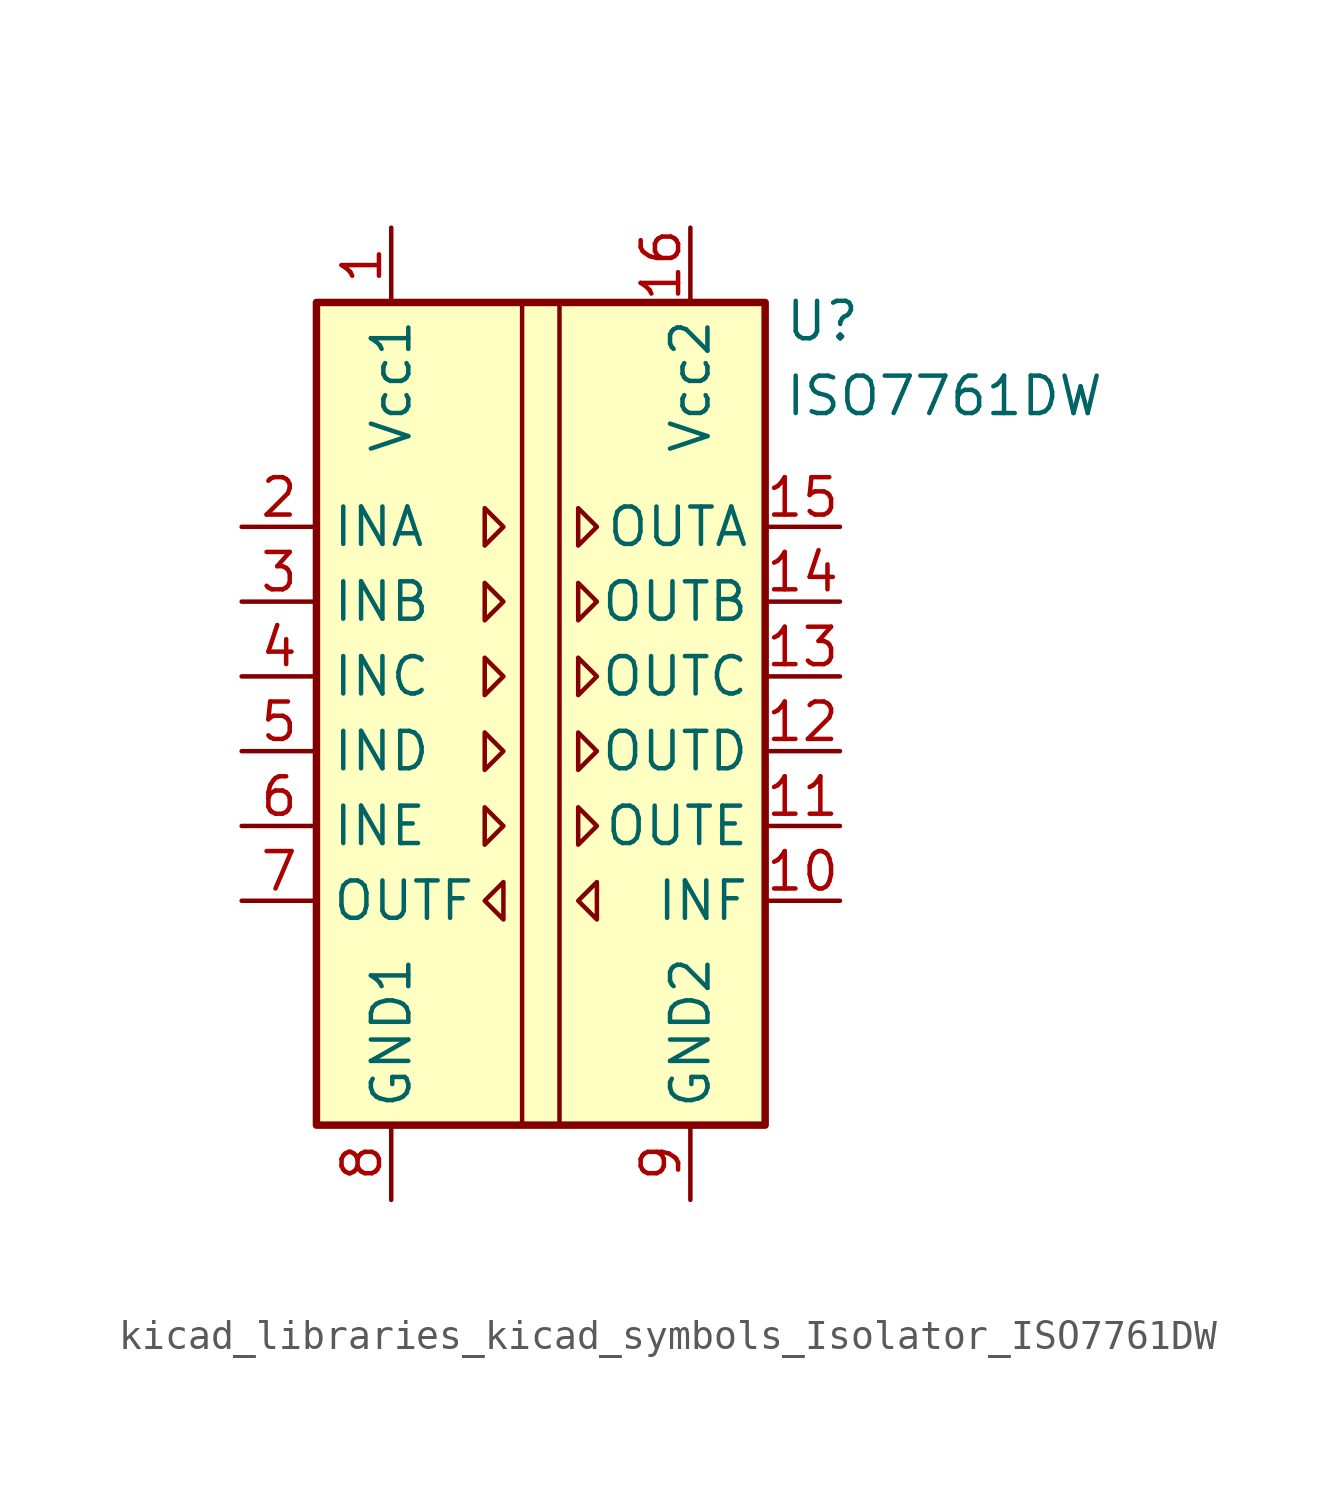
<source format=kicad_sym>
(kicad_symbol_lib
  (version 20220914)
  (generator kicad_symbol_editor)
  (symbol "kicad_libraries_kicad_symbols_Isolator_ISO7761DW"
    (property "Reference" "U"
      (at 8.255 14.605 0)
      (effects (font (size 1.27 1.27)) (justify left)))
    (property "Value" "ISO7761DW"
      (at 8.255 12.065 0)
      (effects (font (size 1.27 1.27)) (justify left)))
    (symbol "kicad_libraries_kicad_symbols_Isolator_ISO7761DW_0_1"
      (rectangle (start -7.62 15.24) (end 7.62 -12.7) (stroke (width 0.254) (type default)) (fill (type background)))
      (polyline (pts (xy -0.635 15.24) (xy -0.635 -12.7)) (stroke (width 0) (type default)) (fill (type none)))
      (polyline (pts (xy 0.635 15.24) (xy 0.635 -12.7)) (stroke (width 0) (type default)) (fill (type none)))
      (polyline (pts (xy -1.905 8.255) (xy -1.27 7.62) (xy -1.905 6.985) (xy -1.905 8.255)) (stroke (width 0) (type default)) (fill (type none)))
      (polyline (pts (xy 1.27 8.255) (xy 1.905 7.62) (xy 1.27 6.985) (xy 1.27 8.255)) (stroke (width 0) (type default)) (fill (type none))))
    (symbol "kicad_libraries_kicad_symbols_Isolator_ISO7761DW_1_1"
      (polyline (pts (xy -1.905 -1.905) (xy -1.27 -2.54) (xy -1.905 -3.175) (xy -1.905 -1.905)) (stroke (width 0) (type default)) (fill (type none)))
      (polyline (pts (xy -1.905 0.635) (xy -1.27 0) (xy -1.905 -0.635) (xy -1.905 0.635)) (stroke (width 0) (type default)) (fill (type none)))
      (polyline (pts (xy -1.905 3.175) (xy -1.27 2.54) (xy -1.905 1.905) (xy -1.905 3.175)) (stroke (width 0) (type default)) (fill (type none)))
      (polyline (pts (xy -1.905 5.715) (xy -1.27 5.08) (xy -1.905 4.445) (xy -1.905 5.715)) (stroke (width 0) (type default)) (fill (type none)))
      (polyline (pts (xy -1.27 -4.445) (xy -1.905 -5.08) (xy -1.27 -5.715) (xy -1.27 -4.445)) (stroke (width 0) (type default)) (fill (type none)))
      (polyline (pts (xy 1.27 -1.905) (xy 1.905 -2.54) (xy 1.27 -3.175) (xy 1.27 -1.905)) (stroke (width 0) (type default)) (fill (type none)))
      (polyline (pts (xy 1.27 0.635) (xy 1.905 0) (xy 1.27 -0.635) (xy 1.27 0.635)) (stroke (width 0) (type default)) (fill (type none)))
      (polyline (pts (xy 1.27 3.175) (xy 1.905 2.54) (xy 1.27 1.905) (xy 1.27 3.175)) (stroke (width 0) (type default)) (fill (type none)))
      (polyline (pts (xy 1.27 5.715) (xy 1.905 5.08) (xy 1.27 4.445) (xy 1.27 5.715)) (stroke (width 0) (type default)) (fill (type none)))
      (polyline (pts (xy 1.905 -4.445) (xy 1.27 -5.08) (xy 1.905 -5.715) (xy 1.905 -4.445)) (stroke (width 0) (type default)) (fill (type none)))
      (pin power_in line (at -5.08 17.78 270) (length 2.54) (name "Vcc1" (effects (font (size 1.27 1.27)))) (number "1" (effects (font (size 1.27 1.27)))))
      (pin input line (at 10.16 -5.08 180) (length 2.54) (name "INF" (effects (font (size 1.27 1.27)))) (number "10" (effects (font (size 1.27 1.27)))))
      (pin output line (at 10.16 -2.54 180) (length 2.54) (name "OUTE" (effects (font (size 1.27 1.27)))) (number "11" (effects (font (size 1.27 1.27)))))
      (pin output line (at 10.16 0 180) (length 2.54) (name "OUTD" (effects (font (size 1.27 1.27)))) (number "12" (effects (font (size 1.27 1.27)))))
      (pin output line (at 10.16 2.54 180) (length 2.54) (name "OUTC" (effects (font (size 1.27 1.27)))) (number "13" (effects (font (size 1.27 1.27)))))
      (pin output line (at 10.16 5.08 180) (length 2.54) (name "OUTB" (effects (font (size 1.27 1.27)))) (number "14" (effects (font (size 1.27 1.27)))))
      (pin output line (at 10.16 7.62 180) (length 2.54) (name "OUTA" (effects (font (size 1.27 1.27)))) (number "15" (effects (font (size 1.27 1.27)))))
      (pin power_in line (at 5.08 17.78 270) (length 2.54) (name "Vcc2" (effects (font (size 1.27 1.27)))) (number "16" (effects (font (size 1.27 1.27)))))
      (pin input line (at -10.16 7.62 0) (length 2.54) (name "INA" (effects (font (size 1.27 1.27)))) (number "2" (effects (font (size 1.27 1.27)))))
      (pin input line (at -10.16 5.08 0) (length 2.54) (name "INB" (effects (font (size 1.27 1.27)))) (number "3" (effects (font (size 1.27 1.27)))))
      (pin input line (at -10.16 2.54 0) (length 2.54) (name "INC" (effects (font (size 1.27 1.27)))) (number "4" (effects (font (size 1.27 1.27)))))
      (pin input line (at -10.16 0 0) (length 2.54) (name "IND" (effects (font (size 1.27 1.27)))) (number "5" (effects (font (size 1.27 1.27)))))
      (pin input line (at -10.16 -2.54 0) (length 2.54) (name "INE" (effects (font (size 1.27 1.27)))) (number "6" (effects (font (size 1.27 1.27)))))
      (pin output line (at -10.16 -5.08 0) (length 2.54) (name "OUTF" (effects (font (size 1.27 1.27)))) (number "7" (effects (font (size 1.27 1.27)))))
      (pin power_in line (at -5.08 -15.24 90) (length 2.54) (name "GND1" (effects (font (size 1.27 1.27)))) (number "8" (effects (font (size 1.27 1.27)))))
      (pin power_in line (at 5.08 -15.24 90) (length 2.54) (name "GND2" (effects (font (size 1.27 1.27)))) (number "9" (effects (font (size 1.27 1.27))))))))
</source>
